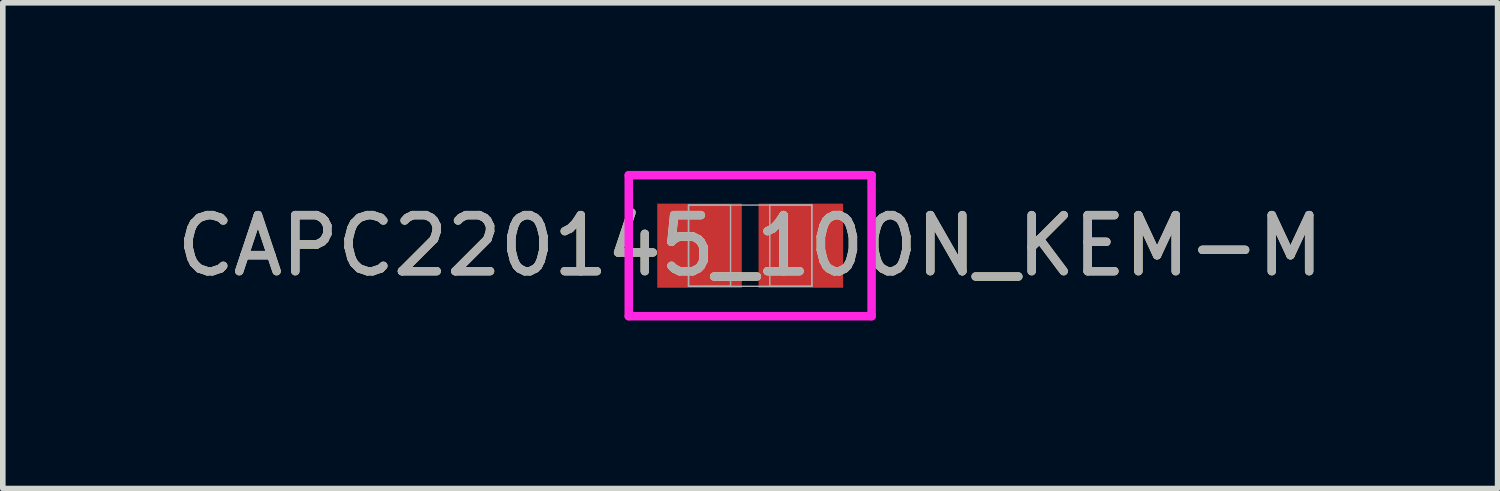
<source format=kicad_pcb>
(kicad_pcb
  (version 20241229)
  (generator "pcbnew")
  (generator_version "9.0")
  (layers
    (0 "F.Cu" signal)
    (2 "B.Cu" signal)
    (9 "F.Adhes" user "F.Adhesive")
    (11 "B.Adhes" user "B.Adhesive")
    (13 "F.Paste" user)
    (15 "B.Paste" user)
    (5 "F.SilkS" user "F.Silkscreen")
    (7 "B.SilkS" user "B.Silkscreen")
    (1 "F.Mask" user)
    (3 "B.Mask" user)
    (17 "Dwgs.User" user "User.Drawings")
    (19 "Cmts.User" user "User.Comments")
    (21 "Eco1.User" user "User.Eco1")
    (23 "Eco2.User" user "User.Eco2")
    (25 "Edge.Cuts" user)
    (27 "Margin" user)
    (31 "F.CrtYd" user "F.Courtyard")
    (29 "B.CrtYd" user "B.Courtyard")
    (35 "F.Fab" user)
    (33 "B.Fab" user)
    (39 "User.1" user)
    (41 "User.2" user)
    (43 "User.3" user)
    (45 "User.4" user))
  (footprint "CAPC220145_100N_KEM-M"
    (layer "F.Cu")
    (at 10.339 1.335)
    (property "Reference" "CAPC220145_100N_KEM-M" (at 0 0 0) (unlocked yes) (layer "F.SilkS") (effects (font (size 1 1) (thickness 0.15))))
    (attr smd)
    (fp_line (start -2.167 -1.258) (end 2.167 -1.258) (stroke (width 0.152) (type solid)) (layer "F.CrtYd"))
    (fp_line (start -2.167 1.258) (end -2.167 -1.258) (stroke (width 0.152) (type solid)) (layer "F.CrtYd"))
    (fp_line (start 2.167 -1.258) (end 2.167 1.258) (stroke (width 0.152) (type solid)) (layer "F.CrtYd"))
    (fp_line (start 2.167 1.258) (end -2.167 1.258) (stroke (width 0.152) (type solid)) (layer "F.CrtYd"))
    (fp_line (start -1.1 -0.725) (end -1.1 0.725) (stroke (width 0.025) (type solid)) (layer "F.Fab"))
    (fp_line (start -1.1 -0.725) (end -1.1 0.725) (stroke (width 0.025) (type solid)) (layer "F.Fab"))
    (fp_line (start -1.1 0.725) (end -0.35 0.725) (stroke (width 0.025) (type solid)) (layer "F.Fab"))
    (fp_line (start -1.1 0.725) (end 1.1 0.725) (stroke (width 0.025) (type solid)) (layer "F.Fab"))
    (fp_line (start -0.35 -0.725) (end -1.1 -0.725) (stroke (width 0.025) (type solid)) (layer "F.Fab"))
    (fp_line (start -0.35 0.725) (end -0.35 -0.725) (stroke (width 0.025) (type solid)) (layer "F.Fab"))
    (fp_line (start 0.35 -0.725) (end 0.35 0.725) (stroke (width 0.025) (type solid)) (layer "F.Fab"))
    (fp_line (start 0.35 0.725) (end 1.1 0.725) (stroke (width 0.025) (type solid)) (layer "F.Fab"))
    (fp_line (start 1.1 -0.725) (end -1.1 -0.725) (stroke (width 0.025) (type solid)) (layer "F.Fab"))
    (fp_line (start 1.1 -0.725) (end 0.35 -0.725) (stroke (width 0.025) (type solid)) (layer "F.Fab"))
    (fp_line (start 1.1 0.725) (end 1.1 -0.725) (stroke (width 0.025) (type solid)) (layer "F.Fab"))
    (fp_line (start 1.1 0.725) (end 1.1 -0.725) (stroke (width 0.025) (type solid)) (layer "F.Fab"))
    (fp_text user "${REFERENCE}" (at 0 0 0) (unlocked yes) (layer "F.Fab") (effects (font (size 1 1) (thickness 0.15))))
    (pad "1" smd rect (at -0.904 0) (size 1.509 1.501) (layers "F.Cu" "F.Mask" "F.Paste"))
    (pad "2" smd rect (at 0.904 0) (size 1.509 1.501) (layers "F.Cu" "F.Mask" "F.Paste"))
    (zone (net_name "") (layer "F.Cu") (hatch full 0.508) (connect_pads) (min_thickness 0.254) (filled_areas_thickness no) (keepout (tracks not_allowed) (vias not_allowed) (pads allowed) (copperpour not_allowed) (footprints allowed)) (placement (enabled no)) (fill) (polygon (pts (xy 10.24 0.66) (xy 10.438 0.66) (xy 10.438 2.009) (xy 10.24 2.009)))))
  (gr_rect
    (start -3 -3)
    (end 23.679 5.669)
    (stroke (width 0.1) (type default))
    (fill no)
    (layer "Edge.Cuts")))
</source>
